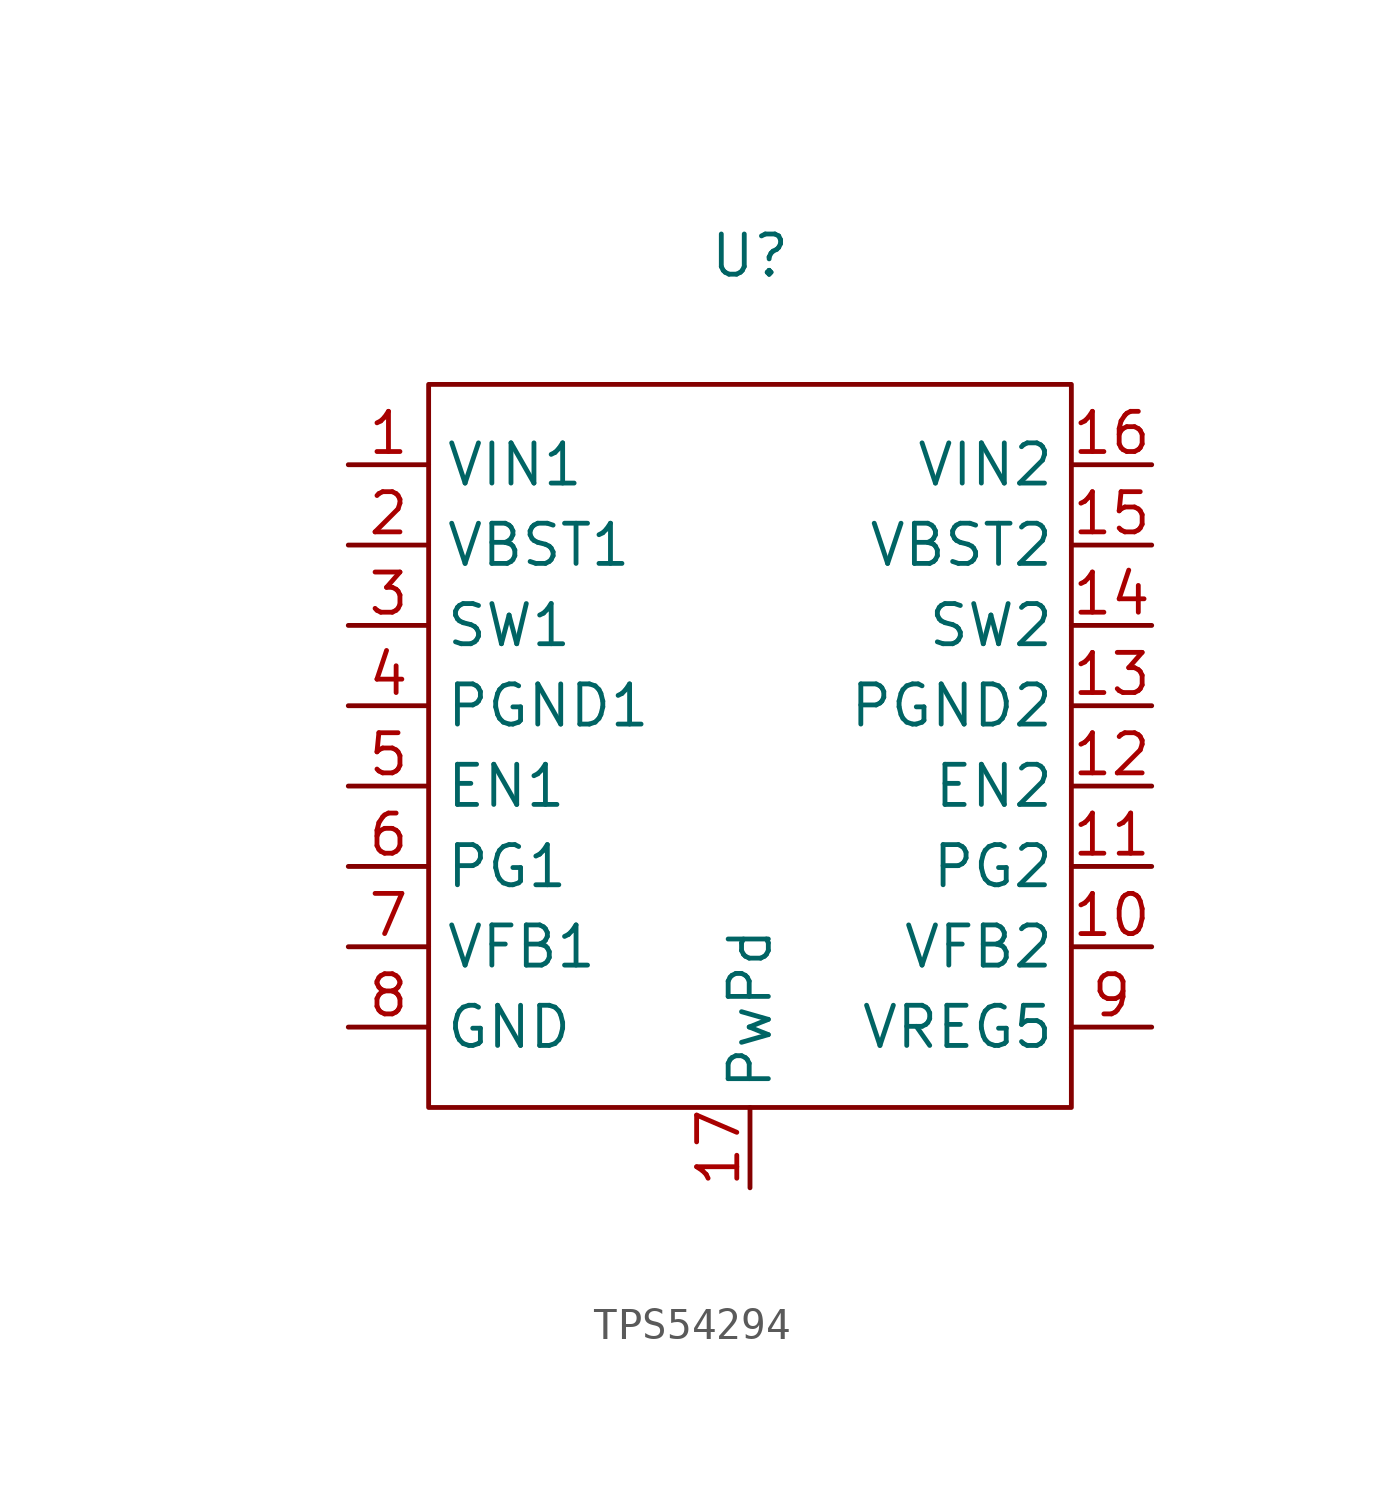
<source format=kicad_sym>
(kicad_symbol_lib
  (version 20231120)
  (generator "kicad_symbol_editor")
  (generator_version "8.0")
  (symbol "TPS54294"
    (property "Reference" "U"
      (at 0 6.604 0)
      (effects (font (size 1.27 1.27))))
    (property "Value" ""
      (at -16.51 -5.08 0)
      (effects (font (size 1.27 1.27))))
    (symbol "TPS54294_0_1"
      (rectangle (start -10.16 2.54) (end 10.16 -20.32) (stroke (width 0) (type default)) (fill (type none))))
    (symbol "TPS54294_1_1"
      (pin power_in line (at -12.7 0 0) (length 2.54) (name "VIN1" (effects (font (size 1.27 1.27)))) (number "1" (effects (font (size 1.27 1.27)))))
      (pin input line (at 12.7 -15.24 180) (length 2.54) (name "VFB2" (effects (font (size 1.27 1.27)))) (number "10" (effects (font (size 1.27 1.27)))))
      (pin output line (at 12.7 -12.7 180) (length 2.54) (name "PG2" (effects (font (size 1.27 1.27)))) (number "11" (effects (font (size 1.27 1.27)))))
      (pin input line (at 12.7 -10.16 180) (length 2.54) (name "EN2" (effects (font (size 1.27 1.27)))) (number "12" (effects (font (size 1.27 1.27)))))
      (pin bidirectional line (at 12.7 -7.62 180) (length 2.54) (name "PGND2" (effects (font (size 1.27 1.27)))) (number "13" (effects (font (size 1.27 1.27)))))
      (pin bidirectional line (at 12.7 -5.08 180) (length 2.54) (name "SW2" (effects (font (size 1.27 1.27)))) (number "14" (effects (font (size 1.27 1.27)))))
      (pin input line (at 12.7 -2.54 180) (length 2.54) (name "VBST2" (effects (font (size 1.27 1.27)))) (number "15" (effects (font (size 1.27 1.27)))))
      (pin power_in line (at 12.7 0 180) (length 2.54) (name "VIN2" (effects (font (size 1.27 1.27)))) (number "16" (effects (font (size 1.27 1.27)))))
      (pin passive line (at 0 -22.86 90) (length 2.54) (name "PwPd" (effects (font (size 1.27 1.27)))) (number "17" (effects (font (size 1.27 1.27)))))
      (pin input line (at -12.7 -2.54 0) (length 2.54) (name "VBST1" (effects (font (size 1.27 1.27)))) (number "2" (effects (font (size 1.27 1.27)))))
      (pin bidirectional line (at -12.7 -5.08 0) (length 2.54) (name "SW1" (effects (font (size 1.27 1.27)))) (number "3" (effects (font (size 1.27 1.27)))))
      (pin bidirectional line (at -12.7 -7.62 0) (length 2.54) (name "PGND1" (effects (font (size 1.27 1.27)))) (number "4" (effects (font (size 1.27 1.27)))))
      (pin input line (at -12.7 -10.16 0) (length 2.54) (name "EN1" (effects (font (size 1.27 1.27)))) (number "5" (effects (font (size 1.27 1.27)))))
      (pin output line (at -12.7 -12.7 0) (length 2.54) (name "PG1" (effects (font (size 1.27 1.27)))) (number "6" (effects (font (size 1.27 1.27)))))
      (pin input line (at -12.7 -15.24 0) (length 2.54) (name "VFB1" (effects (font (size 1.27 1.27)))) (number "7" (effects (font (size 1.27 1.27)))))
      (pin passive line (at -12.7 -17.78 0) (length 2.54) (name "GND" (effects (font (size 1.27 1.27)))) (number "8" (effects (font (size 1.27 1.27)))))
      (pin output line (at 12.7 -17.78 180) (length 2.54) (name "VREG5" (effects (font (size 1.27 1.27)))) (number "9" (effects (font (size 1.27 1.27))))))))
</source>
